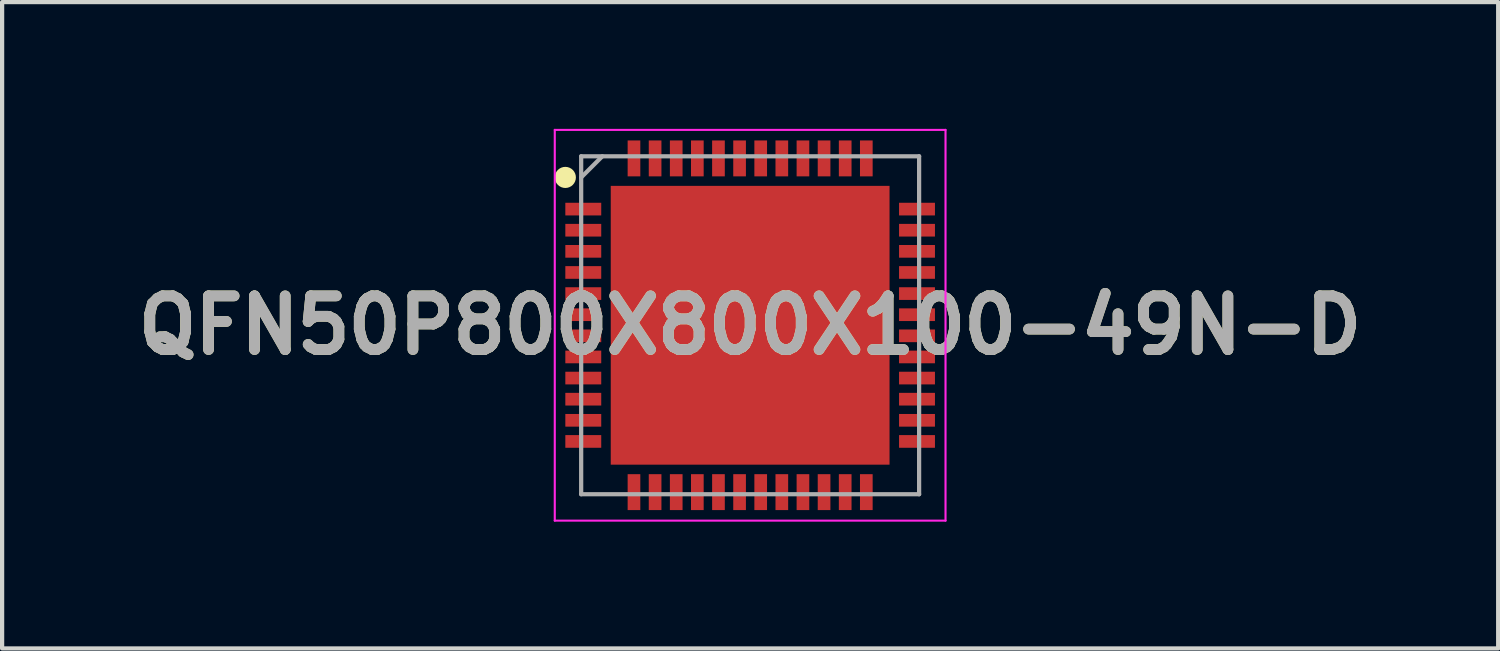
<source format=kicad_pcb>
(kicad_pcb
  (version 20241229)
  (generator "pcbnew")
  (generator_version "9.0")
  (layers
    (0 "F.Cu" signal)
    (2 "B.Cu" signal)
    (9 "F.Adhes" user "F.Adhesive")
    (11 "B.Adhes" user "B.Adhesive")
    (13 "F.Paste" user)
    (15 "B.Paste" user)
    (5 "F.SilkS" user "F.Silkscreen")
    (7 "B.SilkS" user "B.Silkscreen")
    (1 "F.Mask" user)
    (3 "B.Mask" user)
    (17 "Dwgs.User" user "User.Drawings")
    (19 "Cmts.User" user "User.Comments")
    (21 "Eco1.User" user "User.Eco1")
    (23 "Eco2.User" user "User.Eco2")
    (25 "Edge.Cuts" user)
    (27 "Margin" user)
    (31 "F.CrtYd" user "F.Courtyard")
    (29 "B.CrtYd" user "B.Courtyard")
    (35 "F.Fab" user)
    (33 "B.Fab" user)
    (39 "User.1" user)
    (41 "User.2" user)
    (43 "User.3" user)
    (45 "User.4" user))
  (footprint "QFN50P800X800X100-49N-D"
    (layer "F.Cu")
    (at 14.708 4.65)
    (property "Reference" "QFN50P800X800X100-49N-D" (at 0 0 0) (layer "F.SilkS") (effects (font (size 1.27 1.27) (thickness 0.254))))
    (attr smd)
    (fp_circle (center -4.375 -3.5) (end -4.375 -3.375) (stroke (width 0.25) (type solid)) (fill no) (layer "F.SilkS"))
    (fp_line (start -4.625 -4.625) (end 4.625 -4.625) (stroke (width 0.05) (type solid)) (layer "F.CrtYd"))
    (fp_line (start -4.625 4.625) (end -4.625 -4.625) (stroke (width 0.05) (type solid)) (layer "F.CrtYd"))
    (fp_line (start 4.625 -4.625) (end 4.625 4.625) (stroke (width 0.05) (type solid)) (layer "F.CrtYd"))
    (fp_line (start 4.625 4.625) (end -4.625 4.625) (stroke (width 0.05) (type solid)) (layer "F.CrtYd"))
    (fp_line (start -4 -4) (end 4 -4) (stroke (width 0.1) (type solid)) (layer "F.Fab"))
    (fp_line (start -4 -3.5) (end -3.5 -4) (stroke (width 0.1) (type solid)) (layer "F.Fab"))
    (fp_line (start -4 4) (end -4 -4) (stroke (width 0.1) (type solid)) (layer "F.Fab"))
    (fp_line (start 4 -4) (end 4 4) (stroke (width 0.1) (type solid)) (layer "F.Fab"))
    (fp_line (start 4 4) (end -4 4) (stroke (width 0.1) (type solid)) (layer "F.Fab"))
    (fp_text user "${REFERENCE}" (at 0 0 0) (layer "F.Fab") (effects (font (size 1.27 1.27) (thickness 0.254))))
    (pad "1" smd rect (at -3.95 -2.75 90) (size 0.3 0.85) (layers "F.Cu" "F.Mask" "F.Paste"))
    (pad "2" smd rect (at -3.95 -2.25 90) (size 0.3 0.85) (layers "F.Cu" "F.Mask" "F.Paste"))
    (pad "3" smd rect (at -3.95 -1.75 90) (size 0.3 0.85) (layers "F.Cu" "F.Mask" "F.Paste"))
    (pad "4" smd rect (at -3.95 -1.25 90) (size 0.3 0.85) (layers "F.Cu" "F.Mask" "F.Paste"))
    (pad "5" smd rect (at -3.95 -0.75 90) (size 0.3 0.85) (layers "F.Cu" "F.Mask" "F.Paste"))
    (pad "6" smd rect (at -3.95 -0.25 90) (size 0.3 0.85) (layers "F.Cu" "F.Mask" "F.Paste"))
    (pad "7" smd rect (at -3.95 0.25 90) (size 0.3 0.85) (layers "F.Cu" "F.Mask" "F.Paste"))
    (pad "8" smd rect (at -3.95 0.75 90) (size 0.3 0.85) (layers "F.Cu" "F.Mask" "F.Paste"))
    (pad "9" smd rect (at -3.95 1.25 90) (size 0.3 0.85) (layers "F.Cu" "F.Mask" "F.Paste"))
    (pad "10" smd rect (at -3.95 1.75 90) (size 0.3 0.85) (layers "F.Cu" "F.Mask" "F.Paste"))
    (pad "11" smd rect (at -3.95 2.25 90) (size 0.3 0.85) (layers "F.Cu" "F.Mask" "F.Paste"))
    (pad "12" smd rect (at -3.95 2.75 90) (size 0.3 0.85) (layers "F.Cu" "F.Mask" "F.Paste"))
    (pad "13" smd rect (at -2.75 3.95) (size 0.3 0.85) (layers "F.Cu" "F.Mask" "F.Paste"))
    (pad "14" smd rect (at -2.25 3.95) (size 0.3 0.85) (layers "F.Cu" "F.Mask" "F.Paste"))
    (pad "15" smd rect (at -1.75 3.95) (size 0.3 0.85) (layers "F.Cu" "F.Mask" "F.Paste"))
    (pad "16" smd rect (at -1.25 3.95) (size 0.3 0.85) (layers "F.Cu" "F.Mask" "F.Paste"))
    (pad "17" smd rect (at -0.75 3.95) (size 0.3 0.85) (layers "F.Cu" "F.Mask" "F.Paste"))
    (pad "18" smd rect (at -0.25 3.95) (size 0.3 0.85) (layers "F.Cu" "F.Mask" "F.Paste"))
    (pad "19" smd rect (at 0.25 3.95) (size 0.3 0.85) (layers "F.Cu" "F.Mask" "F.Paste"))
    (pad "20" smd rect (at 0.75 3.95) (size 0.3 0.85) (layers "F.Cu" "F.Mask" "F.Paste"))
    (pad "21" smd rect (at 1.25 3.95) (size 0.3 0.85) (layers "F.Cu" "F.Mask" "F.Paste"))
    (pad "22" smd rect (at 1.75 3.95) (size 0.3 0.85) (layers "F.Cu" "F.Mask" "F.Paste"))
    (pad "23" smd rect (at 2.25 3.95) (size 0.3 0.85) (layers "F.Cu" "F.Mask" "F.Paste"))
    (pad "24" smd rect (at 2.75 3.95) (size 0.3 0.85) (layers "F.Cu" "F.Mask" "F.Paste"))
    (pad "25" smd rect (at 3.95 2.75 90) (size 0.3 0.85) (layers "F.Cu" "F.Mask" "F.Paste"))
    (pad "26" smd rect (at 3.95 2.25 90) (size 0.3 0.85) (layers "F.Cu" "F.Mask" "F.Paste"))
    (pad "27" smd rect (at 3.95 1.75 90) (size 0.3 0.85) (layers "F.Cu" "F.Mask" "F.Paste"))
    (pad "28" smd rect (at 3.95 1.25 90) (size 0.3 0.85) (layers "F.Cu" "F.Mask" "F.Paste"))
    (pad "29" smd rect (at 3.95 0.75 90) (size 0.3 0.85) (layers "F.Cu" "F.Mask" "F.Paste"))
    (pad "30" smd rect (at 3.95 0.25 90) (size 0.3 0.85) (layers "F.Cu" "F.Mask" "F.Paste"))
    (pad "31" smd rect (at 3.95 -0.25 90) (size 0.3 0.85) (layers "F.Cu" "F.Mask" "F.Paste"))
    (pad "32" smd rect (at 3.95 -0.75 90) (size 0.3 0.85) (layers "F.Cu" "F.Mask" "F.Paste"))
    (pad "33" smd rect (at 3.95 -1.25 90) (size 0.3 0.85) (layers "F.Cu" "F.Mask" "F.Paste"))
    (pad "34" smd rect (at 3.95 -1.75 90) (size 0.3 0.85) (layers "F.Cu" "F.Mask" "F.Paste"))
    (pad "35" smd rect (at 3.95 -2.25 90) (size 0.3 0.85) (layers "F.Cu" "F.Mask" "F.Paste"))
    (pad "36" smd rect (at 3.95 -2.75 90) (size 0.3 0.85) (layers "F.Cu" "F.Mask" "F.Paste"))
    (pad "37" smd rect (at 2.75 -3.95) (size 0.3 0.85) (layers "F.Cu" "F.Mask" "F.Paste"))
    (pad "38" smd rect (at 2.25 -3.95) (size 0.3 0.85) (layers "F.Cu" "F.Mask" "F.Paste"))
    (pad "39" smd rect (at 1.75 -3.95) (size 0.3 0.85) (layers "F.Cu" "F.Mask" "F.Paste"))
    (pad "40" smd rect (at 1.25 -3.95) (size 0.3 0.85) (layers "F.Cu" "F.Mask" "F.Paste"))
    (pad "41" smd rect (at 0.75 -3.95) (size 0.3 0.85) (layers "F.Cu" "F.Mask" "F.Paste"))
    (pad "42" smd rect (at 0.25 -3.95) (size 0.3 0.85) (layers "F.Cu" "F.Mask" "F.Paste"))
    (pad "43" smd rect (at -0.25 -3.95) (size 0.3 0.85) (layers "F.Cu" "F.Mask" "F.Paste"))
    (pad "44" smd rect (at -0.75 -3.95) (size 0.3 0.85) (layers "F.Cu" "F.Mask" "F.Paste"))
    (pad "45" smd rect (at -1.25 -3.95) (size 0.3 0.85) (layers "F.Cu" "F.Mask" "F.Paste"))
    (pad "46" smd rect (at -1.75 -3.95) (size 0.3 0.85) (layers "F.Cu" "F.Mask" "F.Paste"))
    (pad "47" smd rect (at -2.25 -3.95) (size 0.3 0.85) (layers "F.Cu" "F.Mask" "F.Paste"))
    (pad "48" smd rect (at -2.75 -3.95) (size 0.3 0.85) (layers "F.Cu" "F.Mask" "F.Paste"))
    (pad "49" smd rect (at 0 0) (size 6.6 6.6) (layers "F.Cu" "F.Mask" "F.Paste")))
  (gr_rect
    (start -3 -3)
    (end 32.416 12.3)
    (stroke (width 0.1) (type default))
    (fill no)
    (layer "Edge.Cuts")))
</source>
